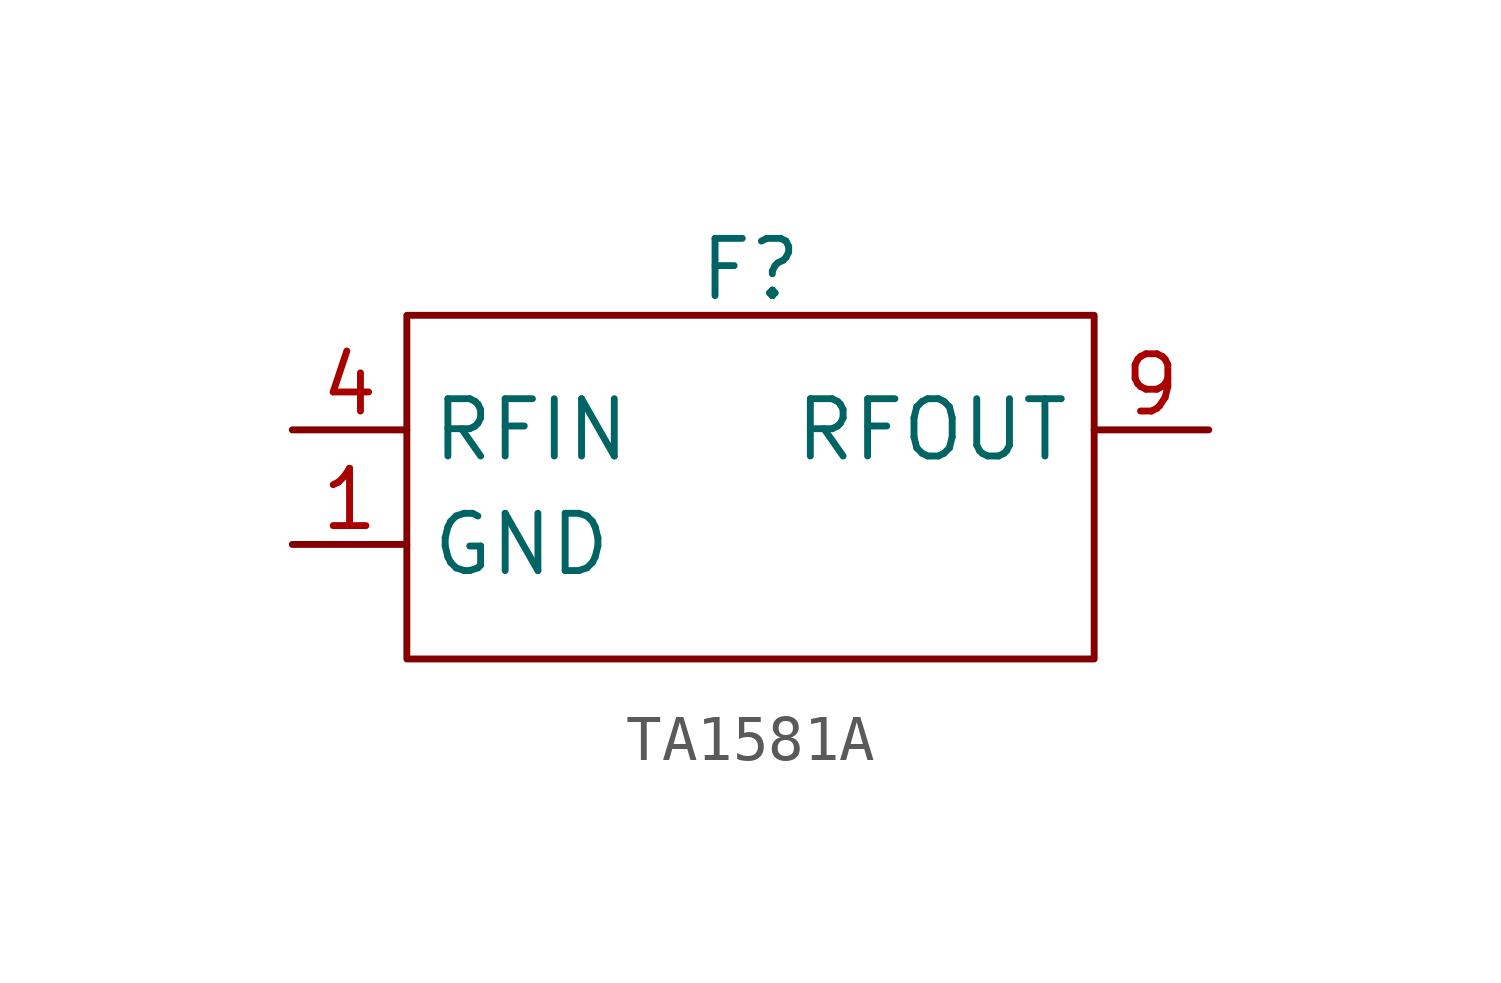
<source format=kicad_sym>
(kicad_symbol_lib
  (version 20241209)
  (generator "kicad_symbol_editor")
  (generator_version "9.0")
  (symbol "TA1581A"
    (property "Reference" "F"
      (at 0 3.556 0)
      (effects (font (size 1.27 1.27))))
    (property "Value" ""
      (at 0 0 0)
      (effects (font (size 1.27 1.27))))
    (symbol "TA1581A_0_1"
      (rectangle (start -7.62 2.54) (end 7.62 -5.08) (stroke (width 0) (type default)) (fill (type none))))
    (symbol "TA1581A_1_1"
      (pin input line (at -10.16 0 0) (length 2.54) (name "RFIN" (effects (font (size 1.27 1.27)))) (number "4" (effects (font (size 1.27 1.27)))))
      (pin power_out line (at -10.16 -2.54 0) (length 2.54) (name "GND" (effects (font (size 1.27 1.27)))) (number "1" (effects (font (size 1.27 1.27)))))
      (pin power_out line (at -10.16 -2.54 0) (length 2.54) (hide yes) (name "GND" (effects (font (size 1.27 1.27)))) (number "10" (effects (font (size 1.27 1.27)))))
      (pin power_out line (at -10.16 -2.54 0) (length 2.54) (hide yes) (name "GND" (effects (font (size 1.27 1.27)))) (number "2" (effects (font (size 1.27 1.27)))))
      (pin power_out line (at -10.16 -2.54 0) (length 2.54) (hide yes) (name "GND" (effects (font (size 1.27 1.27)))) (number "3" (effects (font (size 1.27 1.27)))))
      (pin power_out line (at -10.16 -2.54 0) (length 2.54) (hide yes) (name "GND" (effects (font (size 1.27 1.27)))) (number "5" (effects (font (size 1.27 1.27)))))
      (pin power_out line (at -10.16 -2.54 0) (length 2.54) (hide yes) (name "GND" (effects (font (size 1.27 1.27)))) (number "6" (effects (font (size 1.27 1.27)))))
      (pin power_out line (at -10.16 -2.54 0) (length 2.54) (hide yes) (name "GND" (effects (font (size 1.27 1.27)))) (number "7" (effects (font (size 1.27 1.27)))))
      (pin power_out line (at -10.16 -2.54 0) (length 2.54) (hide yes) (name "GND" (effects (font (size 1.27 1.27)))) (number "8" (effects (font (size 1.27 1.27)))))
      (pin output line (at 10.16 0 180) (length 2.54) (name "RFOUT" (effects (font (size 1.27 1.27)))) (number "9" (effects (font (size 1.27 1.27))))))))
</source>
